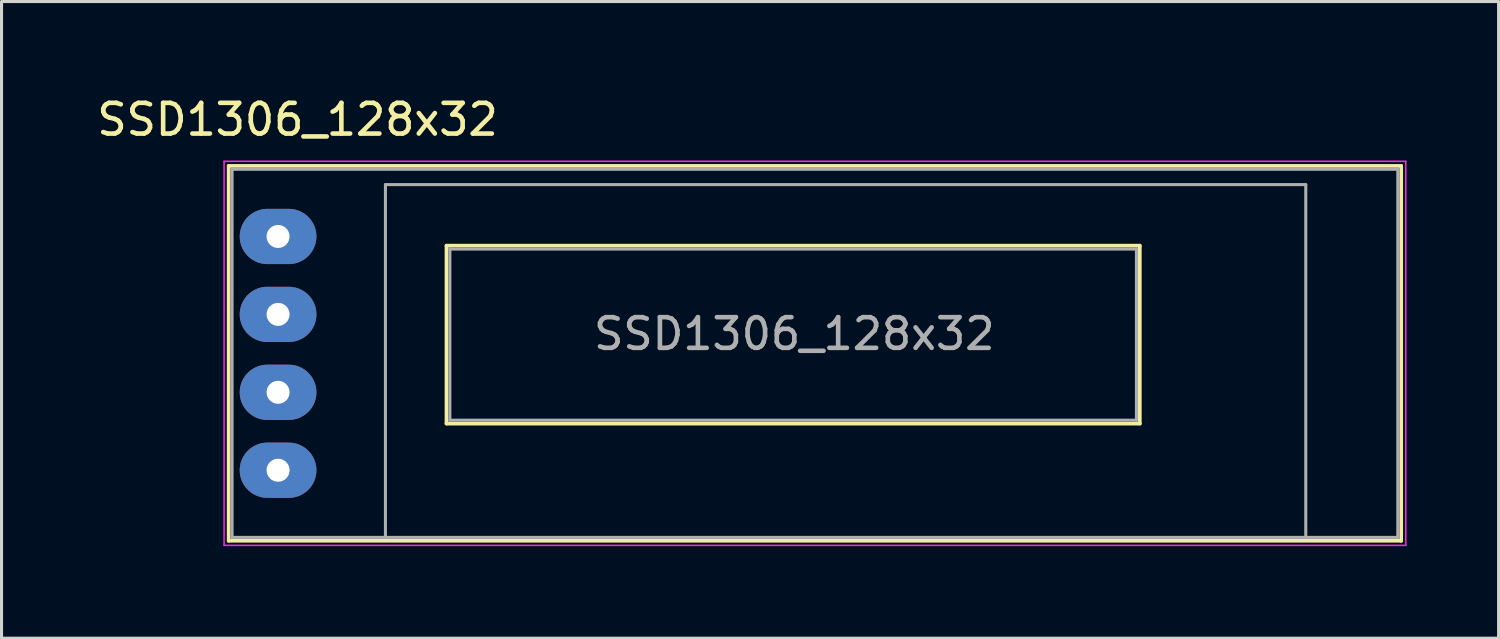
<source format=kicad_pcb>
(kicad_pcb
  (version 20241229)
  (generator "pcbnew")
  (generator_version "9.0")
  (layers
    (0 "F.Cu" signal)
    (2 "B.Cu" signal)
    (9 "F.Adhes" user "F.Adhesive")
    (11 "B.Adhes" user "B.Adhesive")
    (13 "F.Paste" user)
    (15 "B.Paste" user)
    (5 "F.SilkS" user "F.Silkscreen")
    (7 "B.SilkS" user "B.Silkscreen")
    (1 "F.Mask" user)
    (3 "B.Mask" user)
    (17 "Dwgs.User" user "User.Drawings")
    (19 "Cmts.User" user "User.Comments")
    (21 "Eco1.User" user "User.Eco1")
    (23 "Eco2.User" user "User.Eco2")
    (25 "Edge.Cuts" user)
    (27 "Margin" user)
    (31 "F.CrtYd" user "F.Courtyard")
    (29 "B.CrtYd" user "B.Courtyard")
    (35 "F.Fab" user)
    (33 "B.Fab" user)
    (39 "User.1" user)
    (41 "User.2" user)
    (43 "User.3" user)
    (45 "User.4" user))
  (footprint "SSD1306_128x32"
    (layer "F.Cu")
    (at 6.014 12.278)
    (property "Reference" "SSD1306_128x32" (at 0.635 -11.43 0) (layer "F.SilkS") (effects (font (size 1 1) (thickness 0.15))))
    (attr through_hole)
    (fp_line (start -1.61 -9.92) (end -1.61 2.3) (stroke (width 0.12) (type solid)) (layer "F.SilkS"))
    (fp_line (start -1.61 2.3) (end 36.61 2.3) (stroke (width 0.12) (type solid)) (layer "F.SilkS"))
    (fp_line (start 5.49 -7.32) (end 5.49 -1.52) (stroke (width 0.12) (type solid)) (layer "F.SilkS"))
    (fp_line (start 5.49 -7.32) (end 28.09 -7.32) (stroke (width 0.12) (type solid)) (layer "F.SilkS"))
    (fp_line (start 5.49 -1.52) (end 28.09 -1.52) (stroke (width 0.12) (type solid)) (layer "F.SilkS"))
    (fp_line (start 28.09 -7.32) (end 28.09 -1.52) (stroke (width 0.12) (type solid)) (layer "F.SilkS"))
    (fp_line (start 36.61 -9.92) (end -1.61 -9.92) (stroke (width 0.12) (type solid)) (layer "F.SilkS"))
    (fp_line (start 36.61 -9.92) (end 36.61 2.3) (stroke (width 0.12) (type solid)) (layer "F.SilkS"))
    (fp_line (start -1.76 -10.07) (end -1.76 2.45) (stroke (width 0.05) (type solid)) (layer "F.CrtYd"))
    (fp_line (start -1.76 2.45) (end 36.76 2.45) (stroke (width 0.05) (type solid)) (layer "F.CrtYd"))
    (fp_line (start 36.76 -10.07) (end -1.76 -10.07) (stroke (width 0.05) (type solid)) (layer "F.CrtYd"))
    (fp_line (start 36.76 -10.07) (end 36.76 2.45) (stroke (width 0.05) (type solid)) (layer "F.CrtYd"))
    (fp_line (start -1.5 -9.81) (end -1.5 2.19) (stroke (width 0.1) (type solid)) (layer "F.Fab"))
    (fp_line (start -1.5 2.19) (end 36.5 2.19) (stroke (width 0.1) (type solid)) (layer "F.Fab"))
    (fp_line (start 3.5 -9.31) (end 3.5 2.19) (stroke (width 0.1) (type solid)) (layer "F.Fab"))
    (fp_line (start 5.6 -7.21) (end 5.6 -1.63) (stroke (width 0.1) (type solid)) (layer "F.Fab"))
    (fp_line (start 5.6 -7.21) (end 27.98 -7.21) (stroke (width 0.1) (type solid)) (layer "F.Fab"))
    (fp_line (start 5.6 -1.63) (end 27.98 -1.63) (stroke (width 0.1) (type solid)) (layer "F.Fab"))
    (fp_line (start 27.98 -7.21) (end 27.98 -1.63) (stroke (width 0.1) (type solid)) (layer "F.Fab"))
    (fp_line (start 33.5 -9.31) (end 3.5 -9.31) (stroke (width 0.1) (type solid)) (layer "F.Fab"))
    (fp_line (start 33.5 -9.31) (end 33.5 2.19) (stroke (width 0.1) (type solid)) (layer "F.Fab"))
    (fp_line (start 36.5 -9.81) (end -1.5 -9.81) (stroke (width 0.1) (type solid)) (layer "F.Fab"))
    (fp_line (start 36.5 -9.81) (end 36.5 2.19) (stroke (width 0.1) (type solid)) (layer "F.Fab"))
    (fp_text user "${REFERENCE}" (at 16.828 -4.445 0) (layer "F.Fab") (effects (font (size 1 1) (thickness 0.15))))
    (pad "1" thru_hole oval (at 0 0) (size 2.5 1.8) (drill 0.75) (layers "*.Cu" "*.Mask"))
    (pad "2" thru_hole oval (at 0 -2.54) (size 2.5 1.8) (drill 0.75) (layers "*.Cu" "*.Mask"))
    (pad "3" thru_hole oval (at 0 -5.08) (size 2.5 1.8) (drill 0.75) (layers "*.Cu" "*.Mask"))
    (pad "4" thru_hole oval (at 0 -7.62) (size 2.5 1.8) (drill 0.75) (layers "*.Cu" "*.Mask")))
  (gr_rect
    (start -3 -3)
    (end 45.799 17.753)
    (stroke (width 0.1) (type default))
    (fill no)
    (layer "Edge.Cuts")))
</source>
